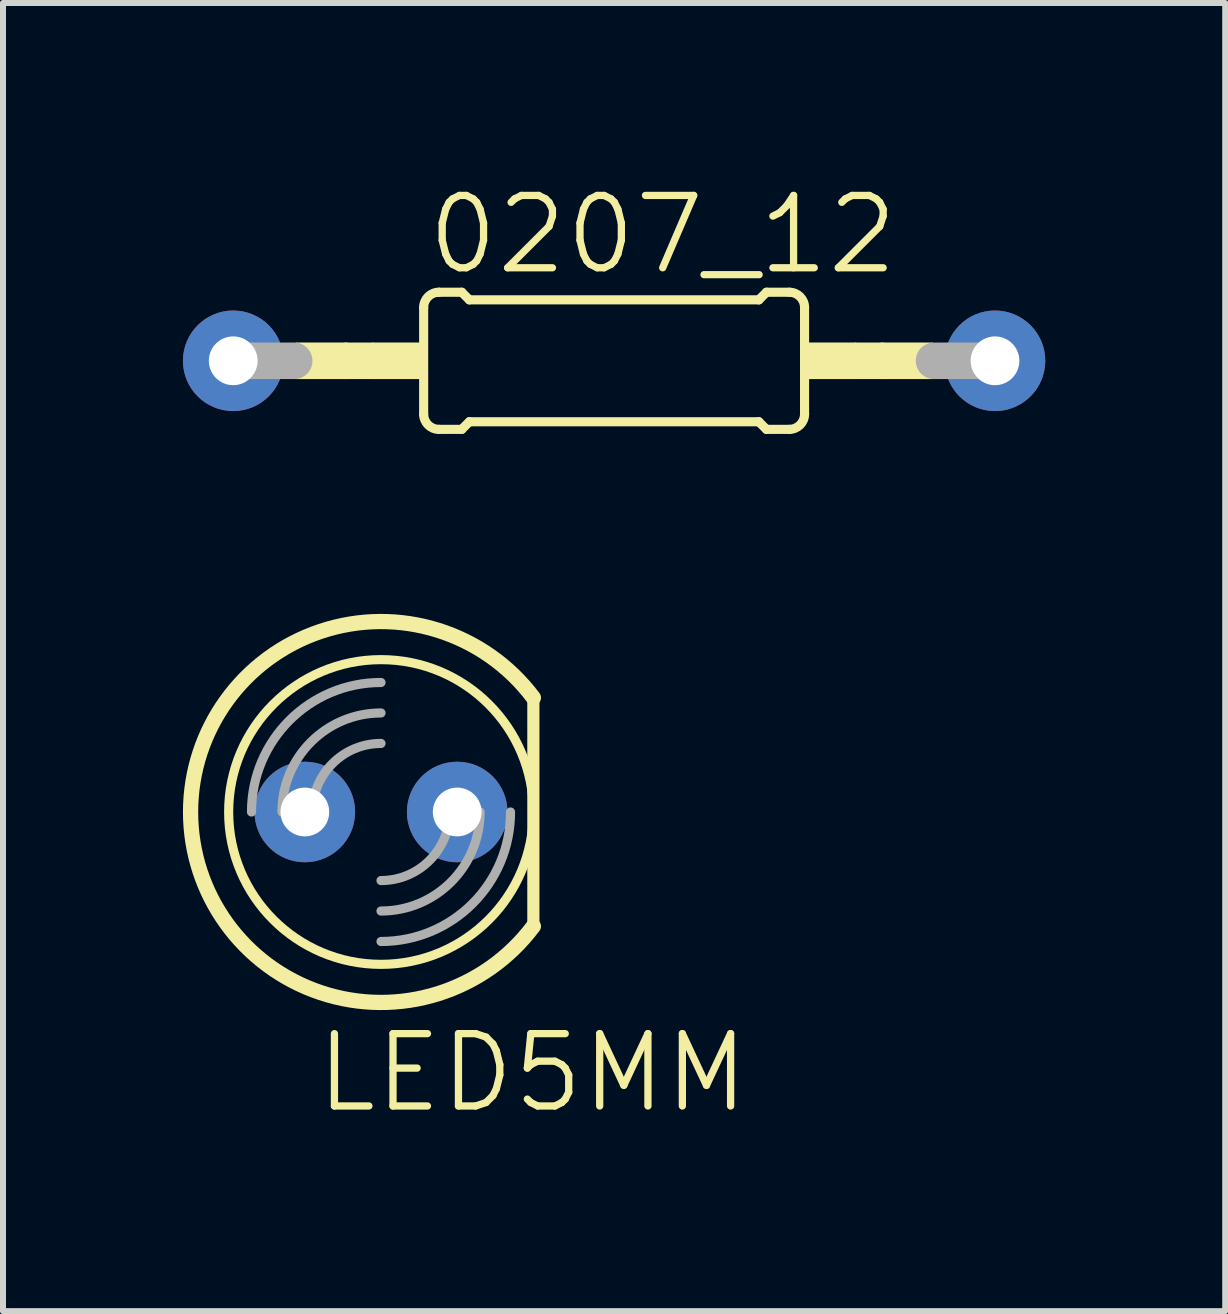
<source format=kicad_pcb>
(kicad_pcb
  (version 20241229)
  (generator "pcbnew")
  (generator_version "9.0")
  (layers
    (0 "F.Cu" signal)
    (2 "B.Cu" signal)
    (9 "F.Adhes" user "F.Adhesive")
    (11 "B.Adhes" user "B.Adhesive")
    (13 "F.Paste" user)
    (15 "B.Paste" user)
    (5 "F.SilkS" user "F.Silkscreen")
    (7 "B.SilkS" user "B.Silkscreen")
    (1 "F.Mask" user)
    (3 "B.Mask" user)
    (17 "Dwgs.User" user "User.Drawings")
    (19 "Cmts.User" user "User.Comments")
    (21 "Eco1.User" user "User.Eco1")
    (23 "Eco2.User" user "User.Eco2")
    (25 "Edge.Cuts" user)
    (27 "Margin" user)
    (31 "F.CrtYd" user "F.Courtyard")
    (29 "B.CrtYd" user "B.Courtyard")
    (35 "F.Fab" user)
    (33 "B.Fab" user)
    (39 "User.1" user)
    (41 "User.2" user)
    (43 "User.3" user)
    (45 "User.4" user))
  (footprint "0207_12"
    (layer "F.Cu")
    (at 7.188 2.965)
    (property "Reference" "0207_12" (at -3.175 -1.397 180) (layer "F.SilkS") (effects (font (size 1.206 1.206) (thickness 0.121)) (justify left bottom)))
    (attr through_hole)
    (fp_line (start -4.445 0) (end -4.064 0) (stroke (width 0.61) (type solid)) (layer "F.SilkS"))
    (fp_line (start -3.175 0.889) (end -3.175 -0.889) (stroke (width 0.152) (type solid)) (layer "F.SilkS"))
    (fp_line (start -2.921 -1.143) (end -2.54 -1.143) (stroke (width 0.152) (type solid)) (layer "F.SilkS"))
    (fp_line (start -2.921 1.143) (end -2.54 1.143) (stroke (width 0.152) (type solid)) (layer "F.SilkS"))
    (fp_line (start -2.413 -1.016) (end -2.54 -1.143) (stroke (width 0.152) (type solid)) (layer "F.SilkS"))
    (fp_line (start -2.413 1.016) (end -2.54 1.143) (stroke (width 0.152) (type solid)) (layer "F.SilkS"))
    (fp_line (start 2.413 -1.016) (end -2.413 -1.016) (stroke (width 0.152) (type solid)) (layer "F.SilkS"))
    (fp_line (start 2.413 -1.016) (end 2.54 -1.143) (stroke (width 0.152) (type solid)) (layer "F.SilkS"))
    (fp_line (start 2.413 1.016) (end -2.413 1.016) (stroke (width 0.152) (type solid)) (layer "F.SilkS"))
    (fp_line (start 2.413 1.016) (end 2.54 1.143) (stroke (width 0.152) (type solid)) (layer "F.SilkS"))
    (fp_line (start 2.921 -1.143) (end 2.54 -1.143) (stroke (width 0.152) (type solid)) (layer "F.SilkS"))
    (fp_line (start 2.921 1.143) (end 2.54 1.143) (stroke (width 0.152) (type solid)) (layer "F.SilkS"))
    (fp_line (start 3.175 0.889) (end 3.175 -0.889) (stroke (width 0.152) (type solid)) (layer "F.SilkS"))
    (fp_line (start 4.445 0) (end 4.064 0) (stroke (width 0.61) (type solid)) (layer "F.SilkS"))
    (fp_arc (start -3.175 -0.889) (mid -3.100605 -1.068605) (end -2.921 -1.143) (stroke (width 0.1524) (type solid)) (layer "F.SilkS"))
    (fp_arc (start -2.921 1.143) (mid -3.100605 1.068605) (end -3.175 0.889) (stroke (width 0.1524) (type solid)) (layer "F.SilkS"))
    (fp_arc (start 2.921 -1.143) (mid 3.100605 -1.068605) (end 3.175 -0.889) (stroke (width 0.1524) (type solid)) (layer "F.SilkS"))
    (fp_arc (start 3.175 0.889) (mid 3.100605 1.068605) (end 2.921 1.143) (stroke (width 0.1524) (type solid)) (layer "F.SilkS"))
    (fp_poly (pts (xy -5.309 0.305) (xy -4.445 0.305) (xy -4.445 -0.305) (xy -5.309 -0.305)) (stroke (width 0) (type solid)) (fill yes) (layer "F.SilkS"))
    (fp_poly (pts (xy -4.039 0.305) (xy -3.175 0.305) (xy -3.175 -0.305) (xy -4.039 -0.305)) (stroke (width 0) (type solid)) (fill yes) (layer "F.SilkS"))
    (fp_poly (pts (xy 3.175 0.305) (xy 4.039 0.305) (xy 4.039 -0.305) (xy 3.175 -0.305)) (stroke (width 0) (type solid)) (fill yes) (layer "F.SilkS"))
    (fp_poly (pts (xy 4.445 0.305) (xy 5.309 0.305) (xy 5.309 -0.305) (xy 4.445 -0.305)) (stroke (width 0) (type solid)) (fill yes) (layer "F.SilkS"))
    (fp_line (start -6.35 0) (end -5.334 0) (stroke (width 0.61) (type solid)) (layer "F.Fab"))
    (fp_line (start 6.35 0) (end 5.334 0) (stroke (width 0.61) (type solid)) (layer "F.Fab"))
    (pad "1" thru_hole circle (at -6.35 0) (size 1.676 1.676) (drill 0.813) (layers "*.Cu" "*.Mask"))
    (pad "2" thru_hole circle (at 6.35 0) (size 1.676 1.676) (drill 0.813) (layers "*.Cu" "*.Mask")))
  (footprint "LED5MM"
    (layer "F.Cu")
    (at 3.302 10.487)
    (property "Reference" "LED5MM" (at -1.143 5.055 0) (layer "F.SilkS") (effects (font (size 1.206 1.206) (thickness 0.121)) (justify left bottom)))
    (attr through_hole)
    (fp_line (start 2.54 1.905) (end 2.54 -1.905) (stroke (width 0.203) (type solid)) (layer "F.SilkS"))
    (fp_arc (start 2.54 1.905) (mid -3.175 0) (end 2.54 -1.905) (stroke (width 0.254) (type solid)) (layer "F.SilkS"))
    (fp_circle (center 0 0) (end 2.54 0) (stroke (width 0.152) (type solid)) (fill no) (layer "F.SilkS"))
    (fp_arc (start -2.159 0) (mid -1.526644 -1.526644) (end 0 -2.159) (stroke (width 0.1524) (type solid)) (layer "F.Fab"))
    (fp_arc (start -1.651 0) (mid -1.167433 -1.167433) (end 0 -1.651) (stroke (width 0.1524) (type solid)) (layer "F.Fab"))
    (fp_arc (start -1.143 0) (mid -0.808223 -0.808223) (end 0 -1.143) (stroke (width 0.1524) (type solid)) (layer "F.Fab"))
    (fp_arc (start 1.143 0) (mid 0.808223 0.808223) (end 0 1.143) (stroke (width 0.1524) (type solid)) (layer "F.Fab"))
    (fp_arc (start 1.651 0) (mid 1.167433 1.167433) (end 0 1.651) (stroke (width 0.1524) (type solid)) (layer "F.Fab"))
    (fp_arc (start 2.159 0) (mid 1.526644 1.526644) (end 0 2.159) (stroke (width 0.1524) (type solid)) (layer "F.Fab"))
    (pad "A" thru_hole circle (at -1.27 0) (size 1.676 1.676) (drill 0.813) (layers "*.Cu" "*.Mask"))
    (pad "K" thru_hole circle (at 1.27 0) (size 1.676 1.676) (drill 0.813) (layers "*.Cu" "*.Mask")))
  (gr_rect
    (start -3 -3)
    (end 17.376 18.808)
    (stroke (width 0.1) (type default))
    (fill no)
    (layer "Edge.Cuts")))
</source>
